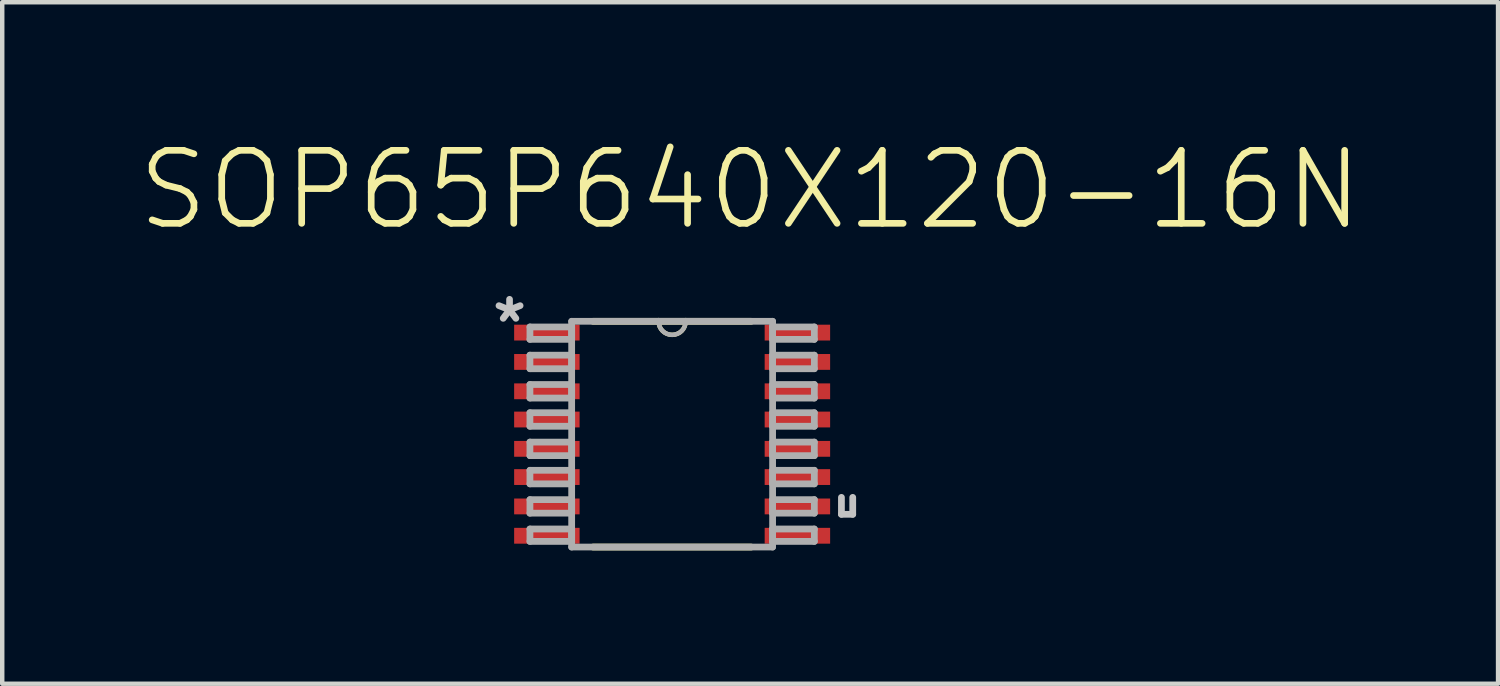
<source format=kicad_pcb>
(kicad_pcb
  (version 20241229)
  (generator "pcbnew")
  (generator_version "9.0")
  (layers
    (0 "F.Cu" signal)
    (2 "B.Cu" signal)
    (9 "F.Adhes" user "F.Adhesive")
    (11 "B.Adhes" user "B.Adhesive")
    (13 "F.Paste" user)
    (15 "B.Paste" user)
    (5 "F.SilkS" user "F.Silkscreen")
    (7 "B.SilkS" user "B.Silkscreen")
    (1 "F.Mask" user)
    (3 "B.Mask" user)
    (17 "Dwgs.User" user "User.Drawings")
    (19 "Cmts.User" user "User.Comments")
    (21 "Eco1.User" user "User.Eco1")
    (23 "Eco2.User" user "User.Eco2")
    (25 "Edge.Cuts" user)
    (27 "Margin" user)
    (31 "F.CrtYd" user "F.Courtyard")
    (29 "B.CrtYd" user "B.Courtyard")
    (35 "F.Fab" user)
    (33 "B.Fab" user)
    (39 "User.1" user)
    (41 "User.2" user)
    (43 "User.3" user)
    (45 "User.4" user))
  (footprint "SOP65P640X120-16N"
    (layer "F.Cu")
    (at 12.076 6.721)
    (property "Reference" "SOP65P640X120-16N" (at 1.756 -5.497 0) (layer "F.SilkS") (effects (font (size 1.643 1.643) (thickness 0.15))))
    (attr smd)
    (fp_line (start -1.778 2.54) (end 1.778 2.54) (stroke (width 0.152) (type solid)) (layer "F.SilkS"))
    (fp_line (start -0.305 -2.54) (end -1.778 -2.54) (stroke (width 0.152) (type solid)) (layer "F.SilkS"))
    (fp_line (start 0.305 -2.54) (end -0.305 -2.54) (stroke (width 0.152) (type solid)) (layer "F.SilkS"))
    (fp_line (start 1.778 -2.54) (end 0.305 -2.54) (stroke (width 0.152) (type solid)) (layer "F.SilkS"))
    (fp_arc (start 0.3048 -2.54) (mid 0 -2.2352) (end -0.3048 -2.54) (stroke (width 0.1) (type solid)) (layer "F.SilkS"))
    (fp_line (start 3.81 1.803) (end 3.81 1.422) (stroke (width 0.152) (type solid)) (layer "Dwgs.User"))
    (fp_line (start 4.064 1.422) (end 4.064 1.803) (stroke (width 0.152) (type solid)) (layer "Dwgs.User"))
    (fp_line (start 4.064 1.803) (end 3.81 1.803) (stroke (width 0.152) (type solid)) (layer "Dwgs.User"))
    (fp_line (start -3.2 -2.413) (end -3.2 -2.134) (stroke (width 0.152) (type solid)) (layer "F.Fab"))
    (fp_line (start -3.2 -2.134) (end -2.261 -2.134) (stroke (width 0.152) (type solid)) (layer "F.Fab"))
    (fp_line (start -3.2 -1.778) (end -3.2 -1.473) (stroke (width 0.152) (type solid)) (layer "F.Fab"))
    (fp_line (start -3.2 -1.473) (end -2.261 -1.473) (stroke (width 0.152) (type solid)) (layer "F.Fab"))
    (fp_line (start -3.2 -1.118) (end -3.2 -0.813) (stroke (width 0.152) (type solid)) (layer "F.Fab"))
    (fp_line (start -3.2 -0.813) (end -2.261 -0.813) (stroke (width 0.152) (type solid)) (layer "F.Fab"))
    (fp_line (start -3.2 -0.483) (end -3.2 -0.178) (stroke (width 0.152) (type solid)) (layer "F.Fab"))
    (fp_line (start -3.2 -0.178) (end -2.261 -0.178) (stroke (width 0.152) (type solid)) (layer "F.Fab"))
    (fp_line (start -3.2 0.178) (end -3.2 0.483) (stroke (width 0.152) (type solid)) (layer "F.Fab"))
    (fp_line (start -3.2 0.483) (end -2.261 0.483) (stroke (width 0.152) (type solid)) (layer "F.Fab"))
    (fp_line (start -3.2 0.813) (end -3.2 1.118) (stroke (width 0.152) (type solid)) (layer "F.Fab"))
    (fp_line (start -3.2 1.118) (end -2.261 1.118) (stroke (width 0.152) (type solid)) (layer "F.Fab"))
    (fp_line (start -3.2 1.473) (end -3.2 1.778) (stroke (width 0.152) (type solid)) (layer "F.Fab"))
    (fp_line (start -3.2 1.778) (end -2.261 1.778) (stroke (width 0.152) (type solid)) (layer "F.Fab"))
    (fp_line (start -3.2 2.134) (end -3.2 2.413) (stroke (width 0.152) (type solid)) (layer "F.Fab"))
    (fp_line (start -3.2 2.413) (end -2.261 2.413) (stroke (width 0.152) (type solid)) (layer "F.Fab"))
    (fp_line (start -2.261 -2.54) (end -2.261 2.54) (stroke (width 0.152) (type solid)) (layer "F.Fab"))
    (fp_line (start -2.261 -2.413) (end -3.2 -2.413) (stroke (width 0.152) (type solid)) (layer "F.Fab"))
    (fp_line (start -2.261 -2.134) (end -2.261 -2.413) (stroke (width 0.152) (type solid)) (layer "F.Fab"))
    (fp_line (start -2.261 -1.778) (end -3.2 -1.778) (stroke (width 0.152) (type solid)) (layer "F.Fab"))
    (fp_line (start -2.261 -1.473) (end -2.261 -1.778) (stroke (width 0.152) (type solid)) (layer "F.Fab"))
    (fp_line (start -2.261 -1.118) (end -3.2 -1.118) (stroke (width 0.152) (type solid)) (layer "F.Fab"))
    (fp_line (start -2.261 -0.813) (end -2.261 -1.118) (stroke (width 0.152) (type solid)) (layer "F.Fab"))
    (fp_line (start -2.261 -0.483) (end -3.2 -0.483) (stroke (width 0.152) (type solid)) (layer "F.Fab"))
    (fp_line (start -2.261 -0.178) (end -2.261 -0.483) (stroke (width 0.152) (type solid)) (layer "F.Fab"))
    (fp_line (start -2.261 0.178) (end -3.2 0.178) (stroke (width 0.152) (type solid)) (layer "F.Fab"))
    (fp_line (start -2.261 0.483) (end -2.261 0.178) (stroke (width 0.152) (type solid)) (layer "F.Fab"))
    (fp_line (start -2.261 0.813) (end -3.2 0.813) (stroke (width 0.152) (type solid)) (layer "F.Fab"))
    (fp_line (start -2.261 1.118) (end -2.261 0.813) (stroke (width 0.152) (type solid)) (layer "F.Fab"))
    (fp_line (start -2.261 1.473) (end -3.2 1.473) (stroke (width 0.152) (type solid)) (layer "F.Fab"))
    (fp_line (start -2.261 1.778) (end -2.261 1.473) (stroke (width 0.152) (type solid)) (layer "F.Fab"))
    (fp_line (start -2.261 2.134) (end -3.2 2.134) (stroke (width 0.152) (type solid)) (layer "F.Fab"))
    (fp_line (start -2.261 2.413) (end -2.261 2.134) (stroke (width 0.152) (type solid)) (layer "F.Fab"))
    (fp_line (start -2.261 2.54) (end 2.261 2.54) (stroke (width 0.152) (type solid)) (layer "F.Fab"))
    (fp_line (start -0.305 -2.54) (end -2.261 -2.54) (stroke (width 0.152) (type solid)) (layer "F.Fab"))
    (fp_line (start 0.305 -2.54) (end -0.305 -2.54) (stroke (width 0.152) (type solid)) (layer "F.Fab"))
    (fp_line (start 2.261 -2.54) (end 0.305 -2.54) (stroke (width 0.152) (type solid)) (layer "F.Fab"))
    (fp_line (start 2.261 -2.413) (end 2.261 -2.134) (stroke (width 0.152) (type solid)) (layer "F.Fab"))
    (fp_line (start 2.261 -2.134) (end 3.2 -2.134) (stroke (width 0.152) (type solid)) (layer "F.Fab"))
    (fp_line (start 2.261 -1.778) (end 2.261 -1.473) (stroke (width 0.152) (type solid)) (layer "F.Fab"))
    (fp_line (start 2.261 -1.473) (end 3.2 -1.473) (stroke (width 0.152) (type solid)) (layer "F.Fab"))
    (fp_line (start 2.261 -1.118) (end 2.261 -0.813) (stroke (width 0.152) (type solid)) (layer "F.Fab"))
    (fp_line (start 2.261 -0.813) (end 3.2 -0.813) (stroke (width 0.152) (type solid)) (layer "F.Fab"))
    (fp_line (start 2.261 -0.483) (end 2.261 -0.178) (stroke (width 0.152) (type solid)) (layer "F.Fab"))
    (fp_line (start 2.261 -0.178) (end 3.2 -0.178) (stroke (width 0.152) (type solid)) (layer "F.Fab"))
    (fp_line (start 2.261 0.178) (end 2.261 0.483) (stroke (width 0.152) (type solid)) (layer "F.Fab"))
    (fp_line (start 2.261 0.483) (end 3.2 0.483) (stroke (width 0.152) (type solid)) (layer "F.Fab"))
    (fp_line (start 2.261 0.813) (end 2.261 1.118) (stroke (width 0.152) (type solid)) (layer "F.Fab"))
    (fp_line (start 2.261 1.118) (end 3.2 1.118) (stroke (width 0.152) (type solid)) (layer "F.Fab"))
    (fp_line (start 2.261 1.473) (end 2.261 1.778) (stroke (width 0.152) (type solid)) (layer "F.Fab"))
    (fp_line (start 2.261 1.778) (end 3.2 1.778) (stroke (width 0.152) (type solid)) (layer "F.Fab"))
    (fp_line (start 2.261 2.134) (end 2.261 2.413) (stroke (width 0.152) (type solid)) (layer "F.Fab"))
    (fp_line (start 2.261 2.413) (end 3.2 2.413) (stroke (width 0.152) (type solid)) (layer "F.Fab"))
    (fp_line (start 2.261 2.54) (end 2.261 -2.54) (stroke (width 0.152) (type solid)) (layer "F.Fab"))
    (fp_line (start 3.2 -2.413) (end 2.261 -2.413) (stroke (width 0.152) (type solid)) (layer "F.Fab"))
    (fp_line (start 3.2 -2.134) (end 3.2 -2.413) (stroke (width 0.152) (type solid)) (layer "F.Fab"))
    (fp_line (start 3.2 -1.778) (end 2.261 -1.778) (stroke (width 0.152) (type solid)) (layer "F.Fab"))
    (fp_line (start 3.2 -1.473) (end 3.2 -1.778) (stroke (width 0.152) (type solid)) (layer "F.Fab"))
    (fp_line (start 3.2 -1.118) (end 2.261 -1.118) (stroke (width 0.152) (type solid)) (layer "F.Fab"))
    (fp_line (start 3.2 -0.813) (end 3.2 -1.118) (stroke (width 0.152) (type solid)) (layer "F.Fab"))
    (fp_line (start 3.2 -0.483) (end 2.261 -0.483) (stroke (width 0.152) (type solid)) (layer "F.Fab"))
    (fp_line (start 3.2 -0.178) (end 3.2 -0.483) (stroke (width 0.152) (type solid)) (layer "F.Fab"))
    (fp_line (start 3.2 0.178) (end 2.261 0.178) (stroke (width 0.152) (type solid)) (layer "F.Fab"))
    (fp_line (start 3.2 0.483) (end 3.2 0.178) (stroke (width 0.152) (type solid)) (layer "F.Fab"))
    (fp_line (start 3.2 0.813) (end 2.261 0.813) (stroke (width 0.152) (type solid)) (layer "F.Fab"))
    (fp_line (start 3.2 1.118) (end 3.2 0.813) (stroke (width 0.152) (type solid)) (layer "F.Fab"))
    (fp_line (start 3.2 1.473) (end 2.261 1.473) (stroke (width 0.152) (type solid)) (layer "F.Fab"))
    (fp_line (start 3.2 1.778) (end 3.2 1.473) (stroke (width 0.152) (type solid)) (layer "F.Fab"))
    (fp_line (start 3.2 2.134) (end 2.261 2.134) (stroke (width 0.152) (type solid)) (layer "F.Fab"))
    (fp_line (start 3.2 2.413) (end 3.2 2.134) (stroke (width 0.152) (type solid)) (layer "F.Fab"))
    (fp_arc (start 0.3048 -2.54) (mid 0 -2.2352) (end -0.3048 -2.54) (stroke (width 0.1) (type solid)) (layer "F.Fab"))
    (fp_text user "*" (at -3.659 -2.49 0) (layer "Dwgs.User") (effects (font (size 1 1) (thickness 0.15))))
    (pad "1" smd rect (at -2.819 -2.286) (size 1.473 0.356) (layers "F.Cu" "F.Mask" "F.Paste"))
    (pad "2" smd rect (at -2.819 -1.626) (size 1.473 0.356) (layers "F.Cu" "F.Mask" "F.Paste"))
    (pad "3" smd rect (at -2.819 -0.965) (size 1.473 0.356) (layers "F.Cu" "F.Mask" "F.Paste"))
    (pad "4" smd rect (at -2.819 -0.33) (size 1.473 0.356) (layers "F.Cu" "F.Mask" "F.Paste"))
    (pad "5" smd rect (at -2.819 0.33) (size 1.473 0.356) (layers "F.Cu" "F.Mask" "F.Paste"))
    (pad "6" smd rect (at -2.819 0.965) (size 1.473 0.356) (layers "F.Cu" "F.Mask" "F.Paste"))
    (pad "7" smd rect (at -2.819 1.626) (size 1.473 0.356) (layers "F.Cu" "F.Mask" "F.Paste"))
    (pad "8" smd rect (at -2.819 2.286) (size 1.473 0.356) (layers "F.Cu" "F.Mask" "F.Paste"))
    (pad "9" smd rect (at 2.819 2.286) (size 1.473 0.356) (layers "F.Cu" "F.Mask" "F.Paste"))
    (pad "10" smd rect (at 2.819 1.626) (size 1.473 0.356) (layers "F.Cu" "F.Mask" "F.Paste"))
    (pad "11" smd rect (at 2.819 0.965) (size 1.473 0.356) (layers "F.Cu" "F.Mask" "F.Paste"))
    (pad "12" smd rect (at 2.819 0.33) (size 1.473 0.356) (layers "F.Cu" "F.Mask" "F.Paste"))
    (pad "13" smd rect (at 2.819 -0.33) (size 1.473 0.356) (layers "F.Cu" "F.Mask" "F.Paste"))
    (pad "14" smd rect (at 2.819 -0.965) (size 1.473 0.356) (layers "F.Cu" "F.Mask" "F.Paste"))
    (pad "15" smd rect (at 2.819 -1.626) (size 1.473 0.356) (layers "F.Cu" "F.Mask" "F.Paste"))
    (pad "16" smd rect (at 2.819 -2.286) (size 1.473 0.356) (layers "F.Cu" "F.Mask" "F.Paste")))
  (gr_rect
    (start -3 -3)
    (end 30.663 12.337)
    (stroke (width 0.1) (type default))
    (fill no)
    (layer "Edge.Cuts")))
</source>
